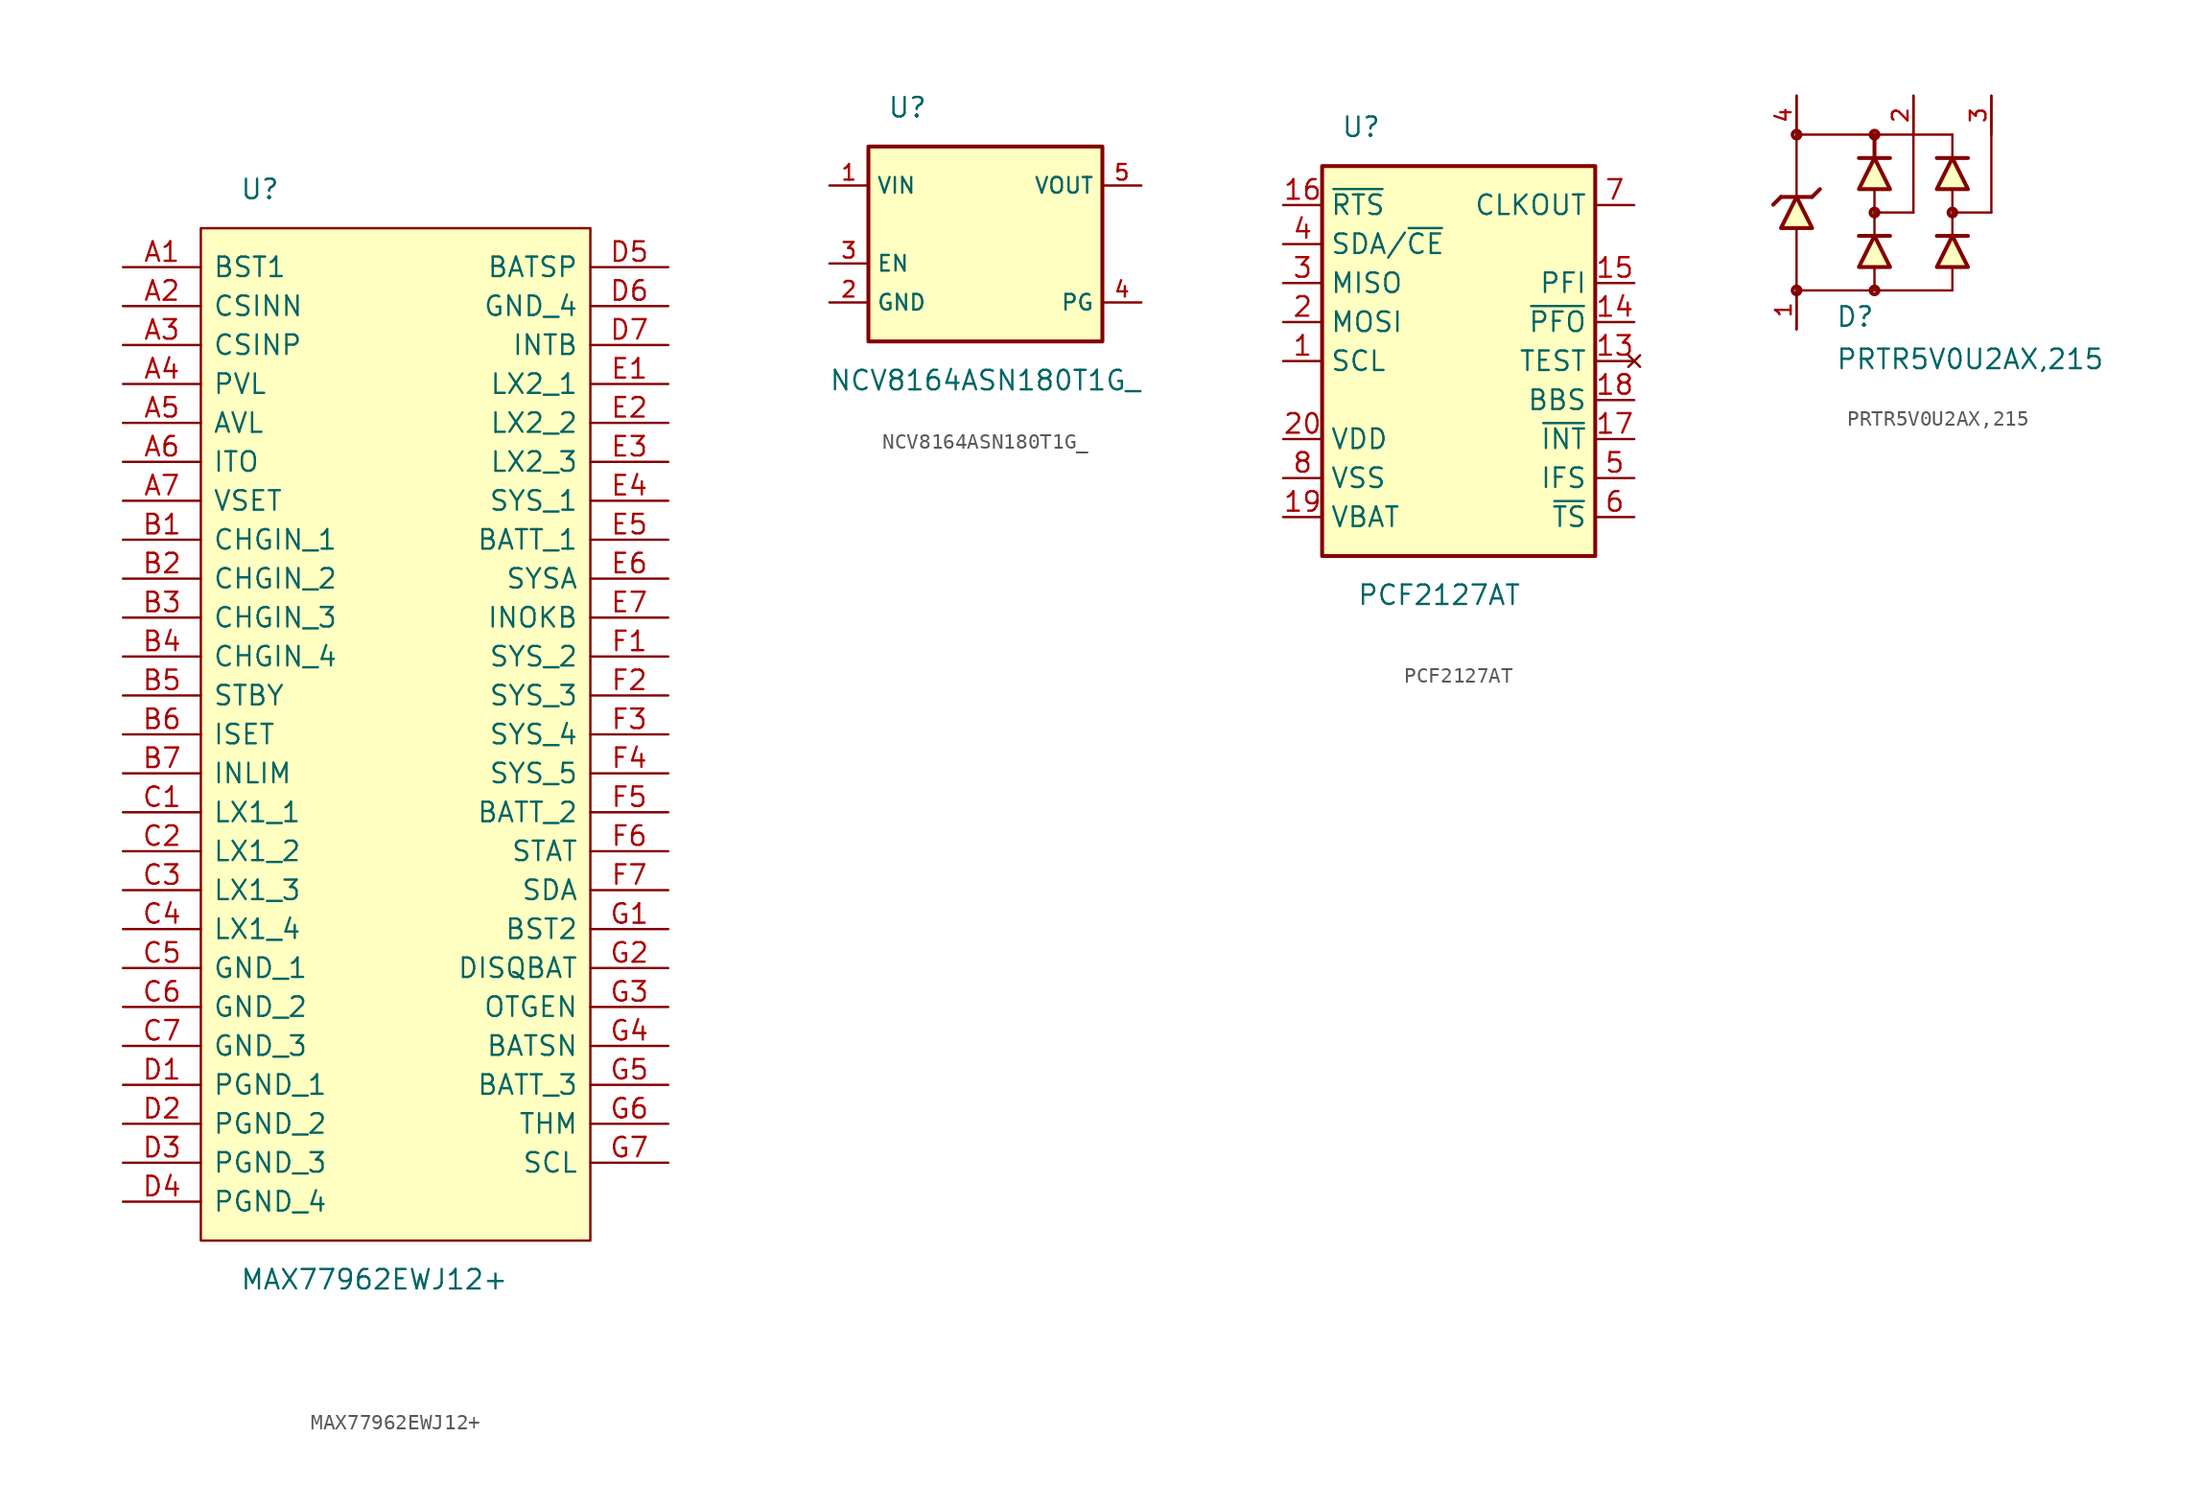
<source format=kicad_sym>
(kicad_symbol_lib
  (version 20211014)
  (generator kicad_symbol_editor)
  (symbol "MAX77962EWJ12+"
    (pin_names
      (offset 0.762))
    (property "Reference" "U"
      (at 2.54 68.58 0)
      (effects (font (size 1.27 1.27)) (justify left)))
    (property "Value" "MAX77962EWJ12+"
      (at 2.54 -2.54 0)
      (effects (font (size 1.27 1.27)) (justify left)))
    (symbol "MAX77962EWJ12+_0_0"
      (pin passive line (at -5.08 63.5 0) (length 5.08) (name "BST1" (effects (font (size 1.27 1.27)))) (number "A1" (effects (font (size 1.27 1.27)))))
      (pin passive line (at -5.08 60.96 0) (length 5.08) (name "CSINN" (effects (font (size 1.27 1.27)))) (number "A2" (effects (font (size 1.27 1.27)))))
      (pin passive line (at -5.08 58.42 0) (length 5.08) (name "CSINP" (effects (font (size 1.27 1.27)))) (number "A3" (effects (font (size 1.27 1.27)))))
      (pin passive line (at -5.08 55.88 0) (length 5.08) (name "PVL" (effects (font (size 1.27 1.27)))) (number "A4" (effects (font (size 1.27 1.27)))))
      (pin passive line (at -5.08 53.34 0) (length 5.08) (name "AVL" (effects (font (size 1.27 1.27)))) (number "A5" (effects (font (size 1.27 1.27)))))
      (pin passive line (at -5.08 50.8 0) (length 5.08) (name "ITO" (effects (font (size 1.27 1.27)))) (number "A6" (effects (font (size 1.27 1.27)))))
      (pin passive line (at -5.08 48.26 0) (length 5.08) (name "VSET" (effects (font (size 1.27 1.27)))) (number "A7" (effects (font (size 1.27 1.27)))))
      (pin passive line (at -5.08 45.72 0) (length 5.08) (name "CHGIN_1" (effects (font (size 1.27 1.27)))) (number "B1" (effects (font (size 1.27 1.27)))))
      (pin passive line (at -5.08 43.18 0) (length 5.08) (name "CHGIN_2" (effects (font (size 1.27 1.27)))) (number "B2" (effects (font (size 1.27 1.27)))))
      (pin passive line (at -5.08 40.64 0) (length 5.08) (name "CHGIN_3" (effects (font (size 1.27 1.27)))) (number "B3" (effects (font (size 1.27 1.27)))))
      (pin passive line (at -5.08 38.1 0) (length 5.08) (name "CHGIN_4" (effects (font (size 1.27 1.27)))) (number "B4" (effects (font (size 1.27 1.27)))))
      (pin passive line (at -5.08 35.56 0) (length 5.08) (name "STBY" (effects (font (size 1.27 1.27)))) (number "B5" (effects (font (size 1.27 1.27)))))
      (pin passive line (at -5.08 33.02 0) (length 5.08) (name "ISET" (effects (font (size 1.27 1.27)))) (number "B6" (effects (font (size 1.27 1.27)))))
      (pin passive line (at -5.08 30.48 0) (length 5.08) (name "INLIM" (effects (font (size 1.27 1.27)))) (number "B7" (effects (font (size 1.27 1.27)))))
      (pin passive line (at -5.08 27.94 0) (length 5.08) (name "LX1_1" (effects (font (size 1.27 1.27)))) (number "C1" (effects (font (size 1.27 1.27)))))
      (pin passive line (at -5.08 25.4 0) (length 5.08) (name "LX1_2" (effects (font (size 1.27 1.27)))) (number "C2" (effects (font (size 1.27 1.27)))))
      (pin passive line (at -5.08 22.86 0) (length 5.08) (name "LX1_3" (effects (font (size 1.27 1.27)))) (number "C3" (effects (font (size 1.27 1.27)))))
      (pin passive line (at -5.08 20.32 0) (length 5.08) (name "LX1_4" (effects (font (size 1.27 1.27)))) (number "C4" (effects (font (size 1.27 1.27)))))
      (pin passive line (at -5.08 17.78 0) (length 5.08) (name "GND_1" (effects (font (size 1.27 1.27)))) (number "C5" (effects (font (size 1.27 1.27)))))
      (pin passive line (at -5.08 15.24 0) (length 5.08) (name "GND_2" (effects (font (size 1.27 1.27)))) (number "C6" (effects (font (size 1.27 1.27)))))
      (pin passive line (at -5.08 12.7 0) (length 5.08) (name "GND_3" (effects (font (size 1.27 1.27)))) (number "C7" (effects (font (size 1.27 1.27)))))
      (pin passive line (at -5.08 10.16 0) (length 5.08) (name "PGND_1" (effects (font (size 1.27 1.27)))) (number "D1" (effects (font (size 1.27 1.27)))))
      (pin passive line (at -5.08 7.62 0) (length 5.08) (name "PGND_2" (effects (font (size 1.27 1.27)))) (number "D2" (effects (font (size 1.27 1.27)))))
      (pin passive line (at -5.08 5.08 0) (length 5.08) (name "PGND_3" (effects (font (size 1.27 1.27)))) (number "D3" (effects (font (size 1.27 1.27)))))
      (pin passive line (at -5.08 2.54 0) (length 5.08) (name "PGND_4" (effects (font (size 1.27 1.27)))) (number "D4" (effects (font (size 1.27 1.27)))))
      (pin passive line (at 30.48 63.5 180) (length 5.08) (name "BATSP" (effects (font (size 1.27 1.27)))) (number "D5" (effects (font (size 1.27 1.27)))))
      (pin passive line (at 30.48 60.96 180) (length 5.08) (name "GND_4" (effects (font (size 1.27 1.27)))) (number "D6" (effects (font (size 1.27 1.27)))))
      (pin passive line (at 30.48 58.42 180) (length 5.08) (name "INTB" (effects (font (size 1.27 1.27)))) (number "D7" (effects (font (size 1.27 1.27)))))
      (pin passive line (at 30.48 55.88 180) (length 5.08) (name "LX2_1" (effects (font (size 1.27 1.27)))) (number "E1" (effects (font (size 1.27 1.27)))))
      (pin passive line (at 30.48 53.34 180) (length 5.08) (name "LX2_2" (effects (font (size 1.27 1.27)))) (number "E2" (effects (font (size 1.27 1.27)))))
      (pin passive line (at 30.48 50.8 180) (length 5.08) (name "LX2_3" (effects (font (size 1.27 1.27)))) (number "E3" (effects (font (size 1.27 1.27)))))
      (pin passive line (at 30.48 48.26 180) (length 5.08) (name "SYS_1" (effects (font (size 1.27 1.27)))) (number "E4" (effects (font (size 1.27 1.27)))))
      (pin passive line (at 30.48 45.72 180) (length 5.08) (name "BATT_1" (effects (font (size 1.27 1.27)))) (number "E5" (effects (font (size 1.27 1.27)))))
      (pin passive line (at 30.48 43.18 180) (length 5.08) (name "SYSA" (effects (font (size 1.27 1.27)))) (number "E6" (effects (font (size 1.27 1.27)))))
      (pin passive line (at 30.48 40.64 180) (length 5.08) (name "INOKB" (effects (font (size 1.27 1.27)))) (number "E7" (effects (font (size 1.27 1.27)))))
      (pin passive line (at 30.48 38.1 180) (length 5.08) (name "SYS_2" (effects (font (size 1.27 1.27)))) (number "F1" (effects (font (size 1.27 1.27)))))
      (pin passive line (at 30.48 35.56 180) (length 5.08) (name "SYS_3" (effects (font (size 1.27 1.27)))) (number "F2" (effects (font (size 1.27 1.27)))))
      (pin passive line (at 30.48 33.02 180) (length 5.08) (name "SYS_4" (effects (font (size 1.27 1.27)))) (number "F3" (effects (font (size 1.27 1.27)))))
      (pin passive line (at 30.48 30.48 180) (length 5.08) (name "SYS_5" (effects (font (size 1.27 1.27)))) (number "F4" (effects (font (size 1.27 1.27)))))
      (pin passive line (at 30.48 27.94 180) (length 5.08) (name "BATT_2" (effects (font (size 1.27 1.27)))) (number "F5" (effects (font (size 1.27 1.27)))))
      (pin passive line (at 30.48 25.4 180) (length 5.08) (name "STAT" (effects (font (size 1.27 1.27)))) (number "F6" (effects (font (size 1.27 1.27)))))
      (pin passive line (at 30.48 22.86 180) (length 5.08) (name "SDA" (effects (font (size 1.27 1.27)))) (number "F7" (effects (font (size 1.27 1.27)))))
      (pin passive line (at 30.48 20.32 180) (length 5.08) (name "BST2" (effects (font (size 1.27 1.27)))) (number "G1" (effects (font (size 1.27 1.27)))))
      (pin passive line (at 30.48 17.78 180) (length 5.08) (name "DISQBAT" (effects (font (size 1.27 1.27)))) (number "G2" (effects (font (size 1.27 1.27)))))
      (pin passive line (at 30.48 15.24 180) (length 5.08) (name "OTGEN" (effects (font (size 1.27 1.27)))) (number "G3" (effects (font (size 1.27 1.27)))))
      (pin passive line (at 30.48 12.7 180) (length 5.08) (name "BATSN" (effects (font (size 1.27 1.27)))) (number "G4" (effects (font (size 1.27 1.27)))))
      (pin passive line (at 30.48 10.16 180) (length 5.08) (name "BATT_3" (effects (font (size 1.27 1.27)))) (number "G5" (effects (font (size 1.27 1.27)))))
      (pin passive line (at 30.48 7.62 180) (length 5.08) (name "THM" (effects (font (size 1.27 1.27)))) (number "G6" (effects (font (size 1.27 1.27)))))
      (pin passive line (at 30.48 5.08 180) (length 5.08) (name "SCL" (effects (font (size 1.27 1.27)))) (number "G7" (effects (font (size 1.27 1.27))))))
    (symbol "MAX77962EWJ12+_0_1"
      (rectangle (start 0 66.04) (end 25.4 0) (stroke (width 0) (type default) (color 0 0 0 0)) (fill (type background)))))
  (symbol "NCV8164ASN180T1G_"
    (property "Reference" "U"
      (at -5.08 10.16 0)
      (effects (font (size 1.27 1.27))))
    (property "Value" "NCV8164ASN180T1G_"
      (at 0 -7.62 0)
      (effects (font (size 1.27 1.27))))
    (symbol "NCV8164ASN180T1G__0_0"
      (rectangle (start -7.62 7.62) (end 7.62 -5.08) (stroke (width 0.254) (type default) (color 0 0 0 0)) (fill (type background)))
      (pin power_in line (at -10.16 5.08 0) (length 2.54) (name "VIN" (effects (font (size 1.016 1.016)))) (number "1" (effects (font (size 1.016 1.016)))))
      (pin power_in line (at -10.16 -2.54 0) (length 2.54) (name "GND" (effects (font (size 1.016 1.016)))) (number "2" (effects (font (size 1.016 1.016)))))
      (pin input line (at -10.16 0 0) (length 2.54) (name "EN" (effects (font (size 1.016 1.016)))) (number "3" (effects (font (size 1.016 1.016)))))
      (pin output line (at 10.16 -2.54 180) (length 2.54) (name "PG" (effects (font (size 1.016 1.016)))) (number "4" (effects (font (size 1.016 1.016)))))
      (pin power_out line (at 10.16 5.08 180) (length 2.54) (name "VOUT" (effects (font (size 1.016 1.016)))) (number "5" (effects (font (size 1.016 1.016)))))))
  (symbol "PCF2127AT"
    (property "Reference" "U"
      (at -5.08 15.24 0)
      (effects (font (size 1.27 1.27))))
    (property "Value" "PCF2127AT"
      (at 0 -15.24 0)
      (effects (font (size 1.27 1.27))))
    (symbol "PCF2127AT_0_1"
      (rectangle (start -7.62 12.7) (end 10.16 -12.7) (stroke (width 0.254) (type default) (color 0 0 0 0)) (fill (type background))))
    (symbol "PCF2127AT_1_1"
      (pin input line (at -10.16 0 0) (length 2.54) (name "SCL" (effects (font (size 1.27 1.27)))) (number "1" (effects (font (size 1.27 1.27)))))
      (pin no_connect line (at 12.7 0 180) (length 2.54) (name "TEST" (effects (font (size 1.27 1.27)))) (number "13" (effects (font (size 1.27 1.27)))))
      (pin open_collector line (at 12.7 2.54 180) (length 2.54) (name "~{PFO}" (effects (font (size 1.27 1.27)))) (number "14" (effects (font (size 1.27 1.27)))))
      (pin input line (at 12.7 5.08 180) (length 2.54) (name "PFI" (effects (font (size 1.27 1.27)))) (number "15" (effects (font (size 1.27 1.27)))))
      (pin output line (at -10.16 10.16 0) (length 2.54) (name "~{RTS}" (effects (font (size 1.27 1.27)))) (number "16" (effects (font (size 1.27 1.27)))))
      (pin output line (at 12.7 -5.08 180) (length 2.54) (name "~{INT}" (effects (font (size 1.27 1.27)))) (number "17" (effects (font (size 1.27 1.27)))))
      (pin output line (at 12.7 -2.54 180) (length 2.54) (name "BBS" (effects (font (size 1.27 1.27)))) (number "18" (effects (font (size 1.27 1.27)))))
      (pin power_in line (at -10.16 -10.16 0) (length 2.54) (name "VBAT" (effects (font (size 1.27 1.27)))) (number "19" (effects (font (size 1.27 1.27)))))
      (pin input line (at -10.16 2.54 0) (length 2.54) (name "MOSI" (effects (font (size 1.27 1.27)))) (number "2" (effects (font (size 1.27 1.27)))))
      (pin power_in line (at -10.16 -5.08 0) (length 2.54) (name "VDD" (effects (font (size 1.27 1.27)))) (number "20" (effects (font (size 1.27 1.27)))))
      (pin output line (at -10.16 5.08 0) (length 2.54) (name "MISO" (effects (font (size 1.27 1.27)))) (number "3" (effects (font (size 1.27 1.27)))))
      (pin bidirectional line (at -10.16 7.62 0) (length 2.54) (name "SDA/~{CE}" (effects (font (size 1.27 1.27)))) (number "4" (effects (font (size 1.27 1.27)))))
      (pin input line (at 12.7 -7.62 180) (length 2.54) (name "IFS" (effects (font (size 1.27 1.27)))) (number "5" (effects (font (size 1.27 1.27)))))
      (pin input line (at 12.7 -10.16 180) (length 2.54) (name "~{TS}" (effects (font (size 1.27 1.27)))) (number "6" (effects (font (size 1.27 1.27)))))
      (pin open_collector line (at 12.7 10.16 180) (length 2.54) (name "CLKOUT" (effects (font (size 1.27 1.27)))) (number "7" (effects (font (size 1.27 1.27)))))
      (pin power_in line (at -10.16 -7.62 0) (length 2.54) (name "VSS" (effects (font (size 1.27 1.27)))) (number "8" (effects (font (size 1.27 1.27)))))))
  (symbol "PRTR5V0U2AX,215"
    (pin_names
      (offset 1.016) hide)
    (property "Reference" "D"
      (at -2.54 -7.544 0)
      (effects (font (size 1.27 1.27)) (justify left bottom)))
    (property "Value" "PRTR5V0U2AX,215"
      (at -2.54 -10.312 0)
      (effects (font (size 1.27 1.27)) (justify left bottom)))
    (property "ki_locked" ""
      (at 0 0 0)
      (effects (font (size 1.27 1.27))))
    (symbol "PRTR5V0U2AX,215_0_0"
      (circle (center -5.08 -5.08) (radius 0.254) (stroke (width 0.254) (type default) (color 0 0 0 0)) (fill (type none)))
      (circle (center -5.08 5.08) (radius 0.254) (stroke (width 0.254) (type default) (color 0 0 0 0)) (fill (type none)))
      (circle (center 0 -5.08) (radius 0.254) (stroke (width 0.254) (type default) (color 0 0 0 0)) (fill (type none)))
      (polyline (pts (xy -6.096 1.016) (xy -6.604 0.508)) (stroke (width 0.254) (type default) (color 0 0 0 0)) (fill (type none)))
      (polyline (pts (xy -6.096 1.016) (xy -5.08 1.016)) (stroke (width 0.254) (type default) (color 0 0 0 0)) (fill (type none)))
      (polyline (pts (xy -5.08 -1.016) (xy -5.08 -7.62)) (stroke (width 0.152) (type default) (color 0 0 0 0)) (fill (type none)))
      (polyline (pts (xy -5.08 1.016) (xy -5.08 7.62)) (stroke (width 0.152) (type default) (color 0 0 0 0)) (fill (type none)))
      (polyline (pts (xy -5.08 1.016) (xy -4.064 1.016)) (stroke (width 0.254) (type default) (color 0 0 0 0)) (fill (type none)))
      (polyline (pts (xy -4.064 1.016) (xy -3.556 1.524)) (stroke (width 0.254) (type default) (color 0 0 0 0)) (fill (type none)))
      (polyline (pts (xy -1.016 -1.524) (xy 0 -1.524)) (stroke (width 0.254) (type default) (color 0 0 0 0)) (fill (type none)))
      (polyline (pts (xy -1.016 3.556) (xy 0 3.556)) (stroke (width 0.254) (type default) (color 0 0 0 0)) (fill (type none)))
      (polyline (pts (xy 0 -5.08) (xy -5.08 -5.08)) (stroke (width 0.152) (type default) (color 0 0 0 0)) (fill (type none)))
      (polyline (pts (xy 0 -3.556) (xy 0 -5.08)) (stroke (width 0.152) (type default) (color 0 0 0 0)) (fill (type none)))
      (polyline (pts (xy 0 -1.524) (xy 0 0)) (stroke (width 0.152) (type default) (color 0 0 0 0)) (fill (type none)))
      (polyline (pts (xy 0 -1.524) (xy 1.016 -1.524)) (stroke (width 0.254) (type default) (color 0 0 0 0)) (fill (type none)))
      (polyline (pts (xy 0 0) (xy 0 1.524)) (stroke (width 0.152) (type default) (color 0 0 0 0)) (fill (type none)))
      (polyline (pts (xy 0 0) (xy 2.54 0)) (stroke (width 0.152) (type default) (color 0 0 0 0)) (fill (type none)))
      (polyline (pts (xy 0 3.556) (xy 0 5.08)) (stroke (width 0.254) (type default) (color 0 0 0 0)) (fill (type none)))
      (polyline (pts (xy 0 3.556) (xy 1.016 3.556)) (stroke (width 0.254) (type default) (color 0 0 0 0)) (fill (type none)))
      (polyline (pts (xy 0 5.08) (xy -5.08 5.08)) (stroke (width 0.152) (type default) (color 0 0 0 0)) (fill (type none)))
      (polyline (pts (xy 2.54 0) (xy 2.54 7.62)) (stroke (width 0.152) (type default) (color 0 0 0 0)) (fill (type none)))
      (polyline (pts (xy 4.064 -1.524) (xy 5.08 -1.524)) (stroke (width 0.254) (type default) (color 0 0 0 0)) (fill (type none)))
      (polyline (pts (xy 4.064 3.556) (xy 5.08 3.556)) (stroke (width 0.254) (type default) (color 0 0 0 0)) (fill (type none)))
      (polyline (pts (xy 5.08 -5.08) (xy 0 -5.08)) (stroke (width 0.152) (type default) (color 0 0 0 0)) (fill (type none)))
      (polyline (pts (xy 5.08 -3.556) (xy 5.08 -5.08)) (stroke (width 0.152) (type default) (color 0 0 0 0)) (fill (type none)))
      (polyline (pts (xy 5.08 -1.524) (xy 5.08 0)) (stroke (width 0.152) (type default) (color 0 0 0 0)) (fill (type none)))
      (polyline (pts (xy 5.08 -1.524) (xy 6.096 -1.524)) (stroke (width 0.254) (type default) (color 0 0 0 0)) (fill (type none)))
      (polyline (pts (xy 5.08 0) (xy 5.08 1.524)) (stroke (width 0.152) (type default) (color 0 0 0 0)) (fill (type none)))
      (polyline (pts (xy 5.08 0) (xy 7.62 0)) (stroke (width 0.152) (type default) (color 0 0 0 0)) (fill (type none)))
      (polyline (pts (xy 5.08 3.556) (xy 5.08 5.08)) (stroke (width 0.152) (type default) (color 0 0 0 0)) (fill (type none)))
      (polyline (pts (xy 5.08 3.556) (xy 6.096 3.556)) (stroke (width 0.254) (type default) (color 0 0 0 0)) (fill (type none)))
      (polyline (pts (xy 5.08 5.08) (xy 0 5.08)) (stroke (width 0.152) (type default) (color 0 0 0 0)) (fill (type none)))
      (polyline (pts (xy 7.62 0) (xy 7.62 7.62)) (stroke (width 0.152) (type default) (color 0 0 0 0)) (fill (type none)))
      (polyline (pts (xy -6.096 -1.016) (xy -5.08 1.016) (xy -4.064 -1.016) (xy -6.096 -1.016)) (stroke (width 0.254) (type default) (color 0 0 0 0)) (fill (type background)))
      (polyline (pts (xy -1.016 -3.556) (xy 0 -1.524) (xy 1.016 -3.556) (xy -1.016 -3.556)) (stroke (width 0.254) (type default) (color 0 0 0 0)) (fill (type background)))
      (polyline (pts (xy -1.016 1.524) (xy 0 3.556) (xy 1.016 1.524) (xy -1.016 1.524)) (stroke (width 0.254) (type default) (color 0 0 0 0)) (fill (type background)))
      (polyline (pts (xy 4.064 -3.556) (xy 5.08 -1.524) (xy 6.096 -3.556) (xy 4.064 -3.556)) (stroke (width 0.254) (type default) (color 0 0 0 0)) (fill (type background)))
      (polyline (pts (xy 4.064 1.524) (xy 5.08 3.556) (xy 6.096 1.524) (xy 4.064 1.524)) (stroke (width 0.254) (type default) (color 0 0 0 0)) (fill (type background)))
      (circle (center 0 0) (radius 0.254) (stroke (width 0.254) (type default) (color 0 0 0 0)) (fill (type none)))
      (circle (center 0 5.08) (radius 0.254) (stroke (width 0.254) (type default) (color 0 0 0 0)) (fill (type none)))
      (circle (center 5.08 0) (radius 0.254) (stroke (width 0.254) (type default) (color 0 0 0 0)) (fill (type none)))
      (pin passive line (at -5.08 -7.62 90) (length 2.54) (name "~" (effects (font (size 1.016 1.016)))) (number "1" (effects (font (size 1.016 1.016)))))
      (pin passive line (at 2.54 7.62 270) (length 2.54) (name "~" (effects (font (size 1.016 1.016)))) (number "2" (effects (font (size 1.016 1.016)))))
      (pin passive line (at 7.62 7.62 270) (length 2.54) (name "~" (effects (font (size 1.016 1.016)))) (number "3" (effects (font (size 1.016 1.016)))))
      (pin passive line (at -5.08 7.62 270) (length 2.54) (name "~" (effects (font (size 1.016 1.016)))) (number "4" (effects (font (size 1.016 1.016))))))))
</source>
